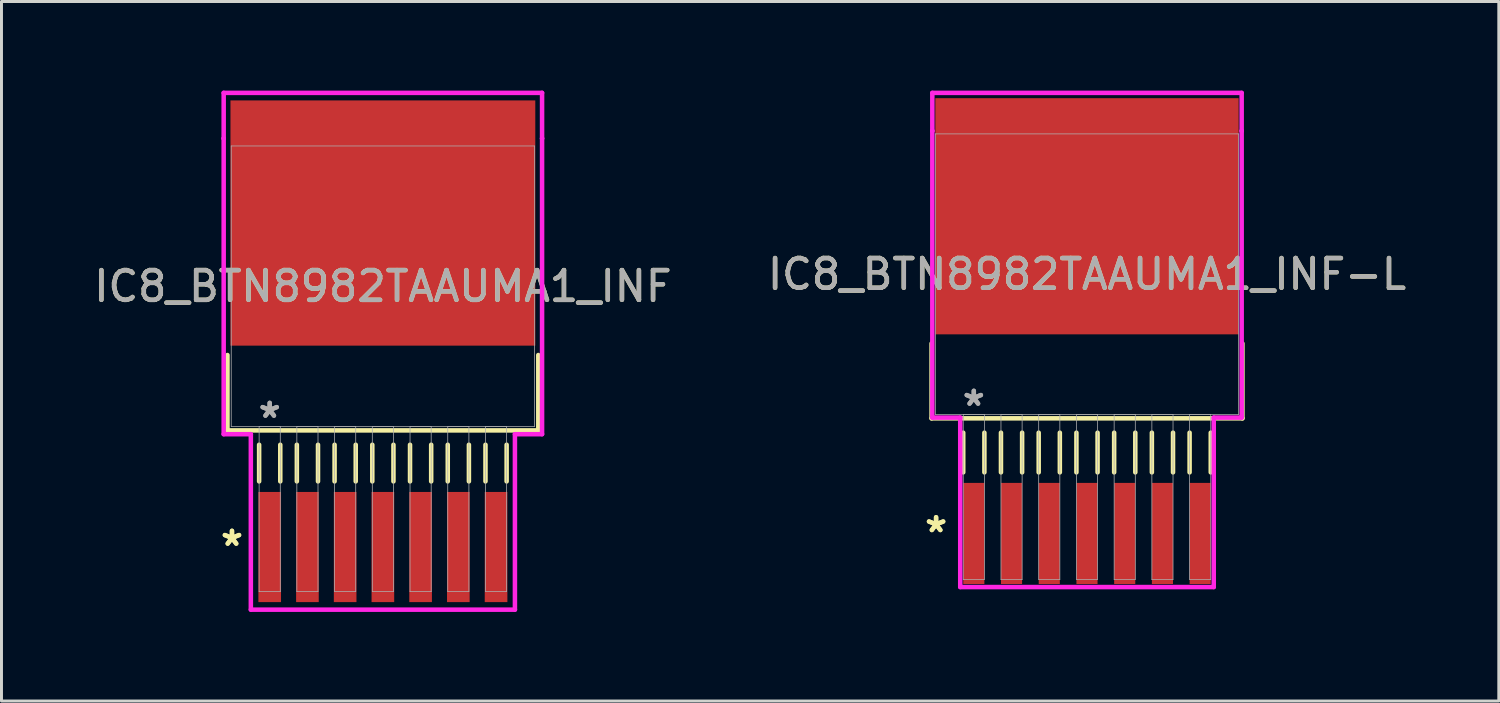
<source format=kicad_pcb>
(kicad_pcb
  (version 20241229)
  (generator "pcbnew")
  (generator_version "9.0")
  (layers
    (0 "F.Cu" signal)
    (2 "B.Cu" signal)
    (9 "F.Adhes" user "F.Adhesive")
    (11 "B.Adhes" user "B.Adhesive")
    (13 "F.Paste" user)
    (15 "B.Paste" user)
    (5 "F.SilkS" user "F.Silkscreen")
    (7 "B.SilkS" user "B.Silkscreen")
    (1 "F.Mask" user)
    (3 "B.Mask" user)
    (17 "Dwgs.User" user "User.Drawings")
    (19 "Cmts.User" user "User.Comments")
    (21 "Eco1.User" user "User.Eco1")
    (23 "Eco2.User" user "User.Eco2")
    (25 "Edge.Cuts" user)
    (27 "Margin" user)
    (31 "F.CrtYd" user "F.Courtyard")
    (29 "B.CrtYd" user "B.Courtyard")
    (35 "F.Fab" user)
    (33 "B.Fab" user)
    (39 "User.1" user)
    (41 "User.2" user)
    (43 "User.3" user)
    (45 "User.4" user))
  (footprint "IC8_BTN8982TAAUMA1_INF"
    (layer "F.Cu")
    (at 9.839 6.588)
    (property "Reference" "IC8_BTN8982TAAUMA1_INF" (at 0 0 0) (unlocked yes) (layer "F.SilkS") (effects (font (size 1 1) (thickness 0.15))))
    (attr smd)
    (fp_line (start -5.232 2.314) (end -5.232 4.851) (stroke (width 0.152) (type solid)) (layer "F.SilkS"))
    (fp_line (start -5.232 4.851) (end 5.232 4.851) (stroke (width 0.152) (type solid)) (layer "F.SilkS"))
    (fp_line (start -4.166 5.334) (end -4.166 6.567) (stroke (width 0.152) (type solid)) (layer "F.SilkS"))
    (fp_line (start -3.454 5.334) (end -3.454 6.567) (stroke (width 0.152) (type solid)) (layer "F.SilkS"))
    (fp_line (start -2.896 5.334) (end -2.896 6.567) (stroke (width 0.152) (type solid)) (layer "F.SilkS"))
    (fp_line (start -2.184 5.334) (end -2.184 6.567) (stroke (width 0.152) (type solid)) (layer "F.SilkS"))
    (fp_line (start -1.626 5.334) (end -1.626 6.567) (stroke (width 0.152) (type solid)) (layer "F.SilkS"))
    (fp_line (start -0.914 5.334) (end -0.914 6.567) (stroke (width 0.152) (type solid)) (layer "F.SilkS"))
    (fp_line (start -0.356 5.334) (end -0.356 6.567) (stroke (width 0.152) (type solid)) (layer "F.SilkS"))
    (fp_line (start 0.356 5.334) (end 0.356 6.567) (stroke (width 0.152) (type solid)) (layer "F.SilkS"))
    (fp_line (start 0.914 5.334) (end 0.914 6.567) (stroke (width 0.152) (type solid)) (layer "F.SilkS"))
    (fp_line (start 1.626 5.334) (end 1.626 6.567) (stroke (width 0.152) (type solid)) (layer "F.SilkS"))
    (fp_line (start 2.184 5.334) (end 2.184 6.567) (stroke (width 0.152) (type solid)) (layer "F.SilkS"))
    (fp_line (start 2.896 5.334) (end 2.896 6.567) (stroke (width 0.152) (type solid)) (layer "F.SilkS"))
    (fp_line (start 3.454 5.334) (end 3.454 6.567) (stroke (width 0.152) (type solid)) (layer "F.SilkS"))
    (fp_line (start 4.166 5.334) (end 4.166 6.567) (stroke (width 0.152) (type solid)) (layer "F.SilkS"))
    (fp_line (start 5.232 4.851) (end 5.232 2.314) (stroke (width 0.152) (type solid)) (layer "F.SilkS"))
    (fp_line (start -5.359 -6.512) (end 5.359 -6.512) (stroke (width 0.152) (type solid)) (layer "F.CrtYd"))
    (fp_line (start -5.359 -4.978) (end -5.359 -6.512) (stroke (width 0.152) (type solid)) (layer "F.CrtYd"))
    (fp_line (start -5.359 -4.978) (end -5.359 -4.978) (stroke (width 0.152) (type solid)) (layer "F.CrtYd"))
    (fp_line (start -5.359 4.978) (end -5.359 -4.978) (stroke (width 0.152) (type solid)) (layer "F.CrtYd"))
    (fp_line (start -4.445 4.978) (end -5.359 4.978) (stroke (width 0.152) (type solid)) (layer "F.CrtYd"))
    (fp_line (start -4.445 10.885) (end -4.445 4.978) (stroke (width 0.152) (type solid)) (layer "F.CrtYd"))
    (fp_line (start 4.445 4.978) (end 4.445 10.885) (stroke (width 0.152) (type solid)) (layer "F.CrtYd"))
    (fp_line (start 4.445 10.885) (end -4.445 10.885) (stroke (width 0.152) (type solid)) (layer "F.CrtYd"))
    (fp_line (start 5.359 -6.512) (end 5.359 -4.978) (stroke (width 0.152) (type solid)) (layer "F.CrtYd"))
    (fp_line (start 5.359 -4.978) (end 5.359 -4.978) (stroke (width 0.152) (type solid)) (layer "F.CrtYd"))
    (fp_line (start 5.359 -4.978) (end 5.359 4.978) (stroke (width 0.152) (type solid)) (layer "F.CrtYd"))
    (fp_line (start 5.359 4.978) (end 4.445 4.978) (stroke (width 0.152) (type solid)) (layer "F.CrtYd"))
    (fp_line (start -5.105 -4.724) (end -5.105 4.724) (stroke (width 0.025) (type solid)) (layer "F.Fab"))
    (fp_line (start -5.105 4.724) (end 5.105 4.724) (stroke (width 0.025) (type solid)) (layer "F.Fab"))
    (fp_line (start -4.166 4.724) (end -4.166 10.276) (stroke (width 0.025) (type solid)) (layer "F.Fab"))
    (fp_line (start -4.166 10.276) (end -3.454 10.276) (stroke (width 0.025) (type solid)) (layer "F.Fab"))
    (fp_line (start -3.454 4.724) (end -4.166 4.724) (stroke (width 0.025) (type solid)) (layer "F.Fab"))
    (fp_line (start -3.454 10.276) (end -3.454 4.724) (stroke (width 0.025) (type solid)) (layer "F.Fab"))
    (fp_line (start -2.896 4.724) (end -2.896 10.276) (stroke (width 0.025) (type solid)) (layer "F.Fab"))
    (fp_line (start -2.896 10.276) (end -2.184 10.276) (stroke (width 0.025) (type solid)) (layer "F.Fab"))
    (fp_line (start -2.184 4.724) (end -2.896 4.724) (stroke (width 0.025) (type solid)) (layer "F.Fab"))
    (fp_line (start -2.184 10.276) (end -2.184 4.724) (stroke (width 0.025) (type solid)) (layer "F.Fab"))
    (fp_line (start -1.626 4.724) (end -1.626 10.276) (stroke (width 0.025) (type solid)) (layer "F.Fab"))
    (fp_line (start -1.626 10.276) (end -0.914 10.276) (stroke (width 0.025) (type solid)) (layer "F.Fab"))
    (fp_line (start -0.914 4.724) (end -1.626 4.724) (stroke (width 0.025) (type solid)) (layer "F.Fab"))
    (fp_line (start -0.914 10.276) (end -0.914 4.724) (stroke (width 0.025) (type solid)) (layer "F.Fab"))
    (fp_line (start -0.356 4.724) (end -0.356 10.276) (stroke (width 0.025) (type solid)) (layer "F.Fab"))
    (fp_line (start -0.356 10.276) (end 0.356 10.276) (stroke (width 0.025) (type solid)) (layer "F.Fab"))
    (fp_line (start 0.356 4.724) (end -0.356 4.724) (stroke (width 0.025) (type solid)) (layer "F.Fab"))
    (fp_line (start 0.356 10.276) (end 0.356 4.724) (stroke (width 0.025) (type solid)) (layer "F.Fab"))
    (fp_line (start 0.914 4.724) (end 0.914 10.276) (stroke (width 0.025) (type solid)) (layer "F.Fab"))
    (fp_line (start 0.914 10.276) (end 1.626 10.276) (stroke (width 0.025) (type solid)) (layer "F.Fab"))
    (fp_line (start 1.626 4.724) (end 0.914 4.724) (stroke (width 0.025) (type solid)) (layer "F.Fab"))
    (fp_line (start 1.626 10.276) (end 1.626 4.724) (stroke (width 0.025) (type solid)) (layer "F.Fab"))
    (fp_line (start 2.184 4.724) (end 2.184 10.276) (stroke (width 0.025) (type solid)) (layer "F.Fab"))
    (fp_line (start 2.184 10.276) (end 2.896 10.276) (stroke (width 0.025) (type solid)) (layer "F.Fab"))
    (fp_line (start 2.896 4.724) (end 2.184 4.724) (stroke (width 0.025) (type solid)) (layer "F.Fab"))
    (fp_line (start 2.896 10.276) (end 2.896 4.724) (stroke (width 0.025) (type solid)) (layer "F.Fab"))
    (fp_line (start 3.454 4.724) (end 3.454 10.276) (stroke (width 0.025) (type solid)) (layer "F.Fab"))
    (fp_line (start 3.454 10.276) (end 4.166 10.276) (stroke (width 0.025) (type solid)) (layer "F.Fab"))
    (fp_line (start 4.166 4.724) (end 3.454 4.724) (stroke (width 0.025) (type solid)) (layer "F.Fab"))
    (fp_line (start 4.166 10.276) (end 4.166 4.724) (stroke (width 0.025) (type solid)) (layer "F.Fab"))
    (fp_line (start 5.105 -4.724) (end -5.105 -4.724) (stroke (width 0.025) (type solid)) (layer "F.Fab"))
    (fp_line (start 5.105 4.724) (end 5.105 -4.724) (stroke (width 0.025) (type solid)) (layer "F.Fab"))
    (fp_text user "*" (at -5.08 8.777 0) (unlocked yes) (layer "F.SilkS") (effects (font (size 1 1) (thickness 0.15))))
    (fp_text user "*" (at -5.08 8.777 0) (layer "F.SilkS") (effects (font (size 1 1) (thickness 0.15))))
    (fp_text user "*" (at -3.81 4.47 0) (unlocked yes) (layer "F.Fab") (effects (font (size 1 1) (thickness 0.15))))
    (fp_text user "*" (at -3.81 4.47 0) (layer "F.Fab") (effects (font (size 1 1) (thickness 0.15))))
    (fp_text user "${REFERENCE}" (at 0 0 0) (unlocked yes) (layer "F.Fab") (effects (font (size 1 1) (thickness 0.15))))
    (pad "1" smd rect (at -3.81 8.777) (size 0.762 3.708) (layers "F.Cu" "F.Mask" "F.Paste"))
    (pad "2" smd rect (at -2.54 8.777) (size 0.762 3.708) (layers "F.Cu" "F.Mask" "F.Paste"))
    (pad "3" smd rect (at -1.27 8.777) (size 0.762 3.708) (layers "F.Cu" "F.Mask" "F.Paste"))
    (pad "4" smd rect (at 0 8.777) (size 0.762 3.708) (layers "F.Cu" "F.Mask" "F.Paste"))
    (pad "5" smd rect (at 1.27 8.777) (size 0.762 3.708) (layers "F.Cu" "F.Mask" "F.Paste"))
    (pad "6" smd rect (at 2.54 8.777) (size 0.762 3.708) (layers "F.Cu" "F.Mask" "F.Paste"))
    (pad "7" smd rect (at 3.81 8.777) (size 0.762 3.708) (layers "F.Cu" "F.Mask" "F.Paste"))
    (pad "8" smd rect (at 0 -2.13) (size 10.262 8.255) (layers "F.Cu" "F.Mask" "F.Paste")))
  (footprint "IC8_BTN8982TAAUMA1_INF-L"
    (layer "F.Cu")
    (at 33.542 6.182)
    (property "Reference" "IC8_BTN8982TAAUMA1_INF-L" (at 0 0 0) (unlocked yes) (layer "F.SilkS") (effects (font (size 1 1) (thickness 0.15))))
    (attr smd)
    (fp_line (start -5.232 2.33) (end -5.232 4.851) (stroke (width 0.152) (type solid)) (layer "F.SilkS"))
    (fp_line (start -5.232 4.851) (end 5.232 4.851) (stroke (width 0.152) (type solid)) (layer "F.SilkS"))
    (fp_line (start -4.166 5.334) (end -4.166 6.669) (stroke (width 0.152) (type solid)) (layer "F.SilkS"))
    (fp_line (start -3.454 5.334) (end -3.454 6.669) (stroke (width 0.152) (type solid)) (layer "F.SilkS"))
    (fp_line (start -2.896 5.334) (end -2.896 6.669) (stroke (width 0.152) (type solid)) (layer "F.SilkS"))
    (fp_line (start -2.184 5.334) (end -2.184 6.669) (stroke (width 0.152) (type solid)) (layer "F.SilkS"))
    (fp_line (start -1.626 5.334) (end -1.626 6.669) (stroke (width 0.152) (type solid)) (layer "F.SilkS"))
    (fp_line (start -0.914 5.334) (end -0.914 6.669) (stroke (width 0.152) (type solid)) (layer "F.SilkS"))
    (fp_line (start -0.356 5.334) (end -0.356 6.669) (stroke (width 0.152) (type solid)) (layer "F.SilkS"))
    (fp_line (start 0.356 5.334) (end 0.356 6.669) (stroke (width 0.152) (type solid)) (layer "F.SilkS"))
    (fp_line (start 0.914 5.334) (end 0.914 6.669) (stroke (width 0.152) (type solid)) (layer "F.SilkS"))
    (fp_line (start 1.626 5.334) (end 1.626 6.669) (stroke (width 0.152) (type solid)) (layer "F.SilkS"))
    (fp_line (start 2.184 5.334) (end 2.184 6.669) (stroke (width 0.152) (type solid)) (layer "F.SilkS"))
    (fp_line (start 2.896 5.334) (end 2.896 6.669) (stroke (width 0.152) (type solid)) (layer "F.SilkS"))
    (fp_line (start 3.454 5.334) (end 3.454 6.669) (stroke (width 0.152) (type solid)) (layer "F.SilkS"))
    (fp_line (start 4.166 5.334) (end 4.166 6.669) (stroke (width 0.152) (type solid)) (layer "F.SilkS"))
    (fp_line (start 5.232 4.851) (end 5.232 2.33) (stroke (width 0.152) (type solid)) (layer "F.SilkS"))
    (fp_line (start -5.207 -6.105) (end 5.207 -6.105) (stroke (width 0.152) (type solid)) (layer "F.CrtYd"))
    (fp_line (start -5.207 -4.826) (end -5.207 -6.105) (stroke (width 0.152) (type solid)) (layer "F.CrtYd"))
    (fp_line (start -5.207 -4.826) (end -5.207 -4.826) (stroke (width 0.152) (type solid)) (layer "F.CrtYd"))
    (fp_line (start -5.207 4.826) (end -5.207 -4.826) (stroke (width 0.152) (type solid)) (layer "F.CrtYd"))
    (fp_line (start -4.267 4.826) (end -5.207 4.826) (stroke (width 0.152) (type solid)) (layer "F.CrtYd"))
    (fp_line (start -4.267 10.53) (end -4.267 4.826) (stroke (width 0.152) (type solid)) (layer "F.CrtYd"))
    (fp_line (start 4.267 4.826) (end 4.267 10.53) (stroke (width 0.152) (type solid)) (layer "F.CrtYd"))
    (fp_line (start 4.267 10.53) (end -4.267 10.53) (stroke (width 0.152) (type solid)) (layer "F.CrtYd"))
    (fp_line (start 5.207 -6.105) (end 5.207 -4.826) (stroke (width 0.152) (type solid)) (layer "F.CrtYd"))
    (fp_line (start 5.207 -4.826) (end 5.207 -4.826) (stroke (width 0.152) (type solid)) (layer "F.CrtYd"))
    (fp_line (start 5.207 -4.826) (end 5.207 4.826) (stroke (width 0.152) (type solid)) (layer "F.CrtYd"))
    (fp_line (start 5.207 4.826) (end 4.267 4.826) (stroke (width 0.152) (type solid)) (layer "F.CrtYd"))
    (fp_line (start -5.105 -4.724) (end -5.105 4.724) (stroke (width 0.025) (type solid)) (layer "F.Fab"))
    (fp_line (start -5.105 4.724) (end 5.105 4.724) (stroke (width 0.025) (type solid)) (layer "F.Fab"))
    (fp_line (start -4.166 4.724) (end -4.166 10.276) (stroke (width 0.025) (type solid)) (layer "F.Fab"))
    (fp_line (start -4.166 10.276) (end -3.454 10.276) (stroke (width 0.025) (type solid)) (layer "F.Fab"))
    (fp_line (start -3.454 4.724) (end -4.166 4.724) (stroke (width 0.025) (type solid)) (layer "F.Fab"))
    (fp_line (start -3.454 10.276) (end -3.454 4.724) (stroke (width 0.025) (type solid)) (layer "F.Fab"))
    (fp_line (start -2.896 4.724) (end -2.896 10.276) (stroke (width 0.025) (type solid)) (layer "F.Fab"))
    (fp_line (start -2.896 10.276) (end -2.184 10.276) (stroke (width 0.025) (type solid)) (layer "F.Fab"))
    (fp_line (start -2.184 4.724) (end -2.896 4.724) (stroke (width 0.025) (type solid)) (layer "F.Fab"))
    (fp_line (start -2.184 10.276) (end -2.184 4.724) (stroke (width 0.025) (type solid)) (layer "F.Fab"))
    (fp_line (start -1.626 4.724) (end -1.626 10.276) (stroke (width 0.025) (type solid)) (layer "F.Fab"))
    (fp_line (start -1.626 10.276) (end -0.914 10.276) (stroke (width 0.025) (type solid)) (layer "F.Fab"))
    (fp_line (start -0.914 4.724) (end -1.626 4.724) (stroke (width 0.025) (type solid)) (layer "F.Fab"))
    (fp_line (start -0.914 10.276) (end -0.914 4.724) (stroke (width 0.025) (type solid)) (layer "F.Fab"))
    (fp_line (start -0.356 4.724) (end -0.356 10.276) (stroke (width 0.025) (type solid)) (layer "F.Fab"))
    (fp_line (start -0.356 10.276) (end 0.356 10.276) (stroke (width 0.025) (type solid)) (layer "F.Fab"))
    (fp_line (start 0.356 4.724) (end -0.356 4.724) (stroke (width 0.025) (type solid)) (layer "F.Fab"))
    (fp_line (start 0.356 10.276) (end 0.356 4.724) (stroke (width 0.025) (type solid)) (layer "F.Fab"))
    (fp_line (start 0.914 4.724) (end 0.914 10.276) (stroke (width 0.025) (type solid)) (layer "F.Fab"))
    (fp_line (start 0.914 10.276) (end 1.626 10.276) (stroke (width 0.025) (type solid)) (layer "F.Fab"))
    (fp_line (start 1.626 4.724) (end 0.914 4.724) (stroke (width 0.025) (type solid)) (layer "F.Fab"))
    (fp_line (start 1.626 10.276) (end 1.626 4.724) (stroke (width 0.025) (type solid)) (layer "F.Fab"))
    (fp_line (start 2.184 4.724) (end 2.184 10.276) (stroke (width 0.025) (type solid)) (layer "F.Fab"))
    (fp_line (start 2.184 10.276) (end 2.896 10.276) (stroke (width 0.025) (type solid)) (layer "F.Fab"))
    (fp_line (start 2.896 4.724) (end 2.184 4.724) (stroke (width 0.025) (type solid)) (layer "F.Fab"))
    (fp_line (start 2.896 10.276) (end 2.896 4.724) (stroke (width 0.025) (type solid)) (layer "F.Fab"))
    (fp_line (start 3.454 4.724) (end 3.454 10.276) (stroke (width 0.025) (type solid)) (layer "F.Fab"))
    (fp_line (start 3.454 10.276) (end 4.166 10.276) (stroke (width 0.025) (type solid)) (layer "F.Fab"))
    (fp_line (start 4.166 4.724) (end 3.454 4.724) (stroke (width 0.025) (type solid)) (layer "F.Fab"))
    (fp_line (start 4.166 10.276) (end 4.166 4.724) (stroke (width 0.025) (type solid)) (layer "F.Fab"))
    (fp_line (start 5.105 -4.724) (end -5.105 -4.724) (stroke (width 0.025) (type solid)) (layer "F.Fab"))
    (fp_line (start 5.105 4.724) (end 5.105 -4.724) (stroke (width 0.025) (type solid)) (layer "F.Fab"))
    (fp_text user "*" (at -5.08 8.726 0) (layer "F.SilkS") (effects (font (size 1 1) (thickness 0.15))))
    (fp_text user "*" (at -5.08 8.726 0) (unlocked yes) (layer "F.SilkS") (effects (font (size 1 1) (thickness 0.15))))
    (fp_text user "*" (at -3.81 4.47 0) (unlocked yes) (layer "F.Fab") (effects (font (size 1 1) (thickness 0.15))))
    (fp_text user "*" (at -3.81 4.47 0) (layer "F.Fab") (effects (font (size 1 1) (thickness 0.15))))
    (fp_text user "${REFERENCE}" (at 0 0 0) (unlocked yes) (layer "F.Fab") (effects (font (size 1 1) (thickness 0.15))))
    (pad "1" smd rect (at -3.81 8.726) (size 0.711 3.404) (layers "F.Cu" "F.Mask" "F.Paste"))
    (pad "2" smd rect (at -2.54 8.726) (size 0.711 3.404) (layers "F.Cu" "F.Mask" "F.Paste"))
    (pad "3" smd rect (at -1.27 8.726) (size 0.711 3.404) (layers "F.Cu" "F.Mask" "F.Paste"))
    (pad "4" smd rect (at 0 8.726) (size 0.711 3.404) (layers "F.Cu" "F.Mask" "F.Paste"))
    (pad "5" smd rect (at 1.27 8.726) (size 0.711 3.404) (layers "F.Cu" "F.Mask" "F.Paste"))
    (pad "6" smd rect (at 2.54 8.726) (size 0.711 3.404) (layers "F.Cu" "F.Mask" "F.Paste"))
    (pad "7" smd rect (at 3.81 8.726) (size 0.711 3.404) (layers "F.Cu" "F.Mask" "F.Paste"))
    (pad "8" smd rect (at 0 -1.952) (size 10.211 7.95) (layers "F.Cu" "F.Mask" "F.Paste")))
  (gr_rect
    (start -3 -3)
    (end 47.405 20.549)
    (stroke (width 0.1) (type default))
    (fill no)
    (layer "Edge.Cuts")))
</source>
